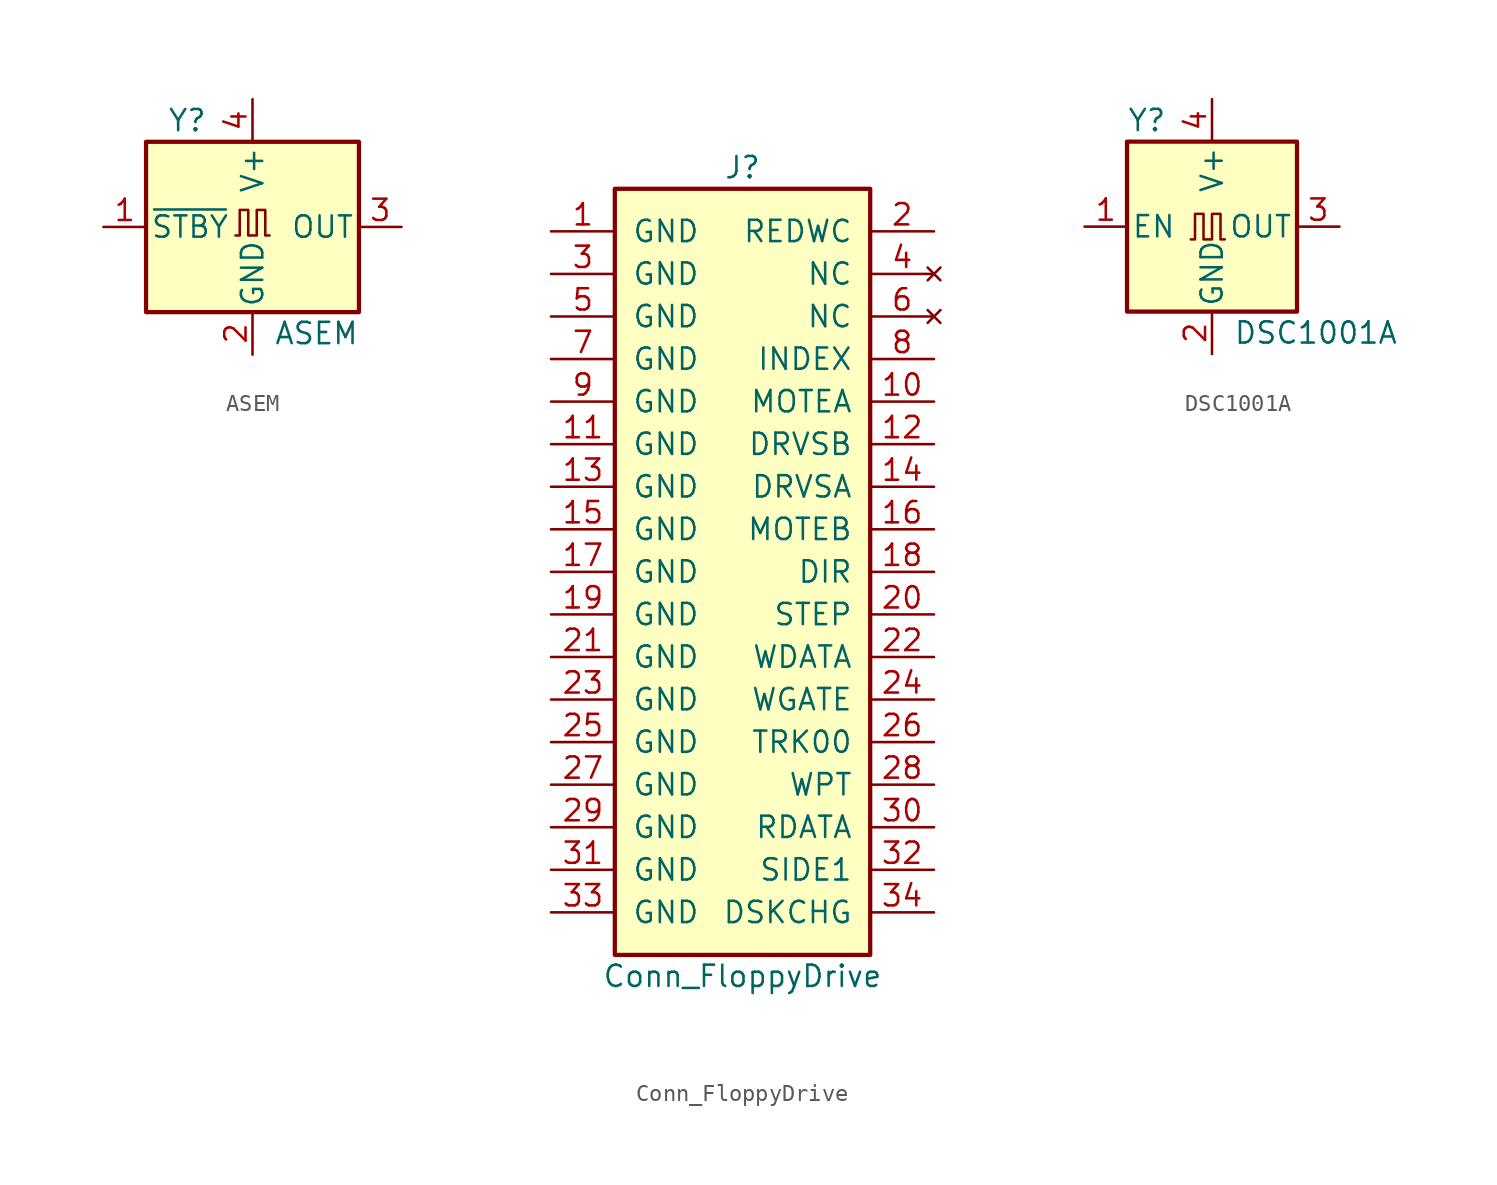
<source format=kicad_sym>
(kicad_symbol_lib
  (version 20211014)
  (generator kicad_symbol_editor)
  (symbol "ASEM"
    (pin_names
      (offset 0.254))
    (property "Reference" "Y"
      (at -5.08 6.35 0)
      (effects (font (size 1.27 1.27)) (justify left)))
    (property "Value" "ASEM"
      (at 1.27 -6.35 0)
      (effects (font (size 1.27 1.27)) (justify left)))
    (symbol "ASEM_0_1"
      (rectangle (start -6.35 5.08) (end 6.35 -5.08) (stroke (width 0.254) (type default) (color 0 0 0 0)) (fill (type background)))
      (polyline (pts (xy -1.016 -0.508) (xy -0.762 -0.508) (xy -0.762 1.016) (xy -0.254 1.016) (xy -0.254 -0.508) (xy 0.254 -0.508) (xy 0.254 1.016) (xy 0.762 1.016) (xy 0.762 -0.508) (xy 1.016 -0.508)) (stroke (width 0) (type default) (color 0 0 0 0)) (fill (type none))))
    (symbol "ASEM_1_1"
      (pin input line (at -8.89 0 0) (length 2.54) (name "~{STBY}" (effects (font (size 1.27 1.27)))) (number "1" (effects (font (size 1.27 1.27)))))
      (pin power_in line (at 0 -7.62 90) (length 2.54) (name "GND" (effects (font (size 1.27 1.27)))) (number "2" (effects (font (size 1.27 1.27)))))
      (pin output line (at 8.89 0 180) (length 2.54) (name "OUT" (effects (font (size 1.27 1.27)))) (number "3" (effects (font (size 1.27 1.27)))))
      (pin power_in line (at 0 7.62 270) (length 2.54) (name "V+" (effects (font (size 1.27 1.27)))) (number "4" (effects (font (size 1.27 1.27)))))))
  (symbol "Conn_FloppyDrive"
    (pin_names
      (offset 1.016))
    (property "Reference" "J"
      (at 1.27 24.13 0)
      (effects (font (size 1.27 1.27))))
    (property "Value" "Conn_FloppyDrive"
      (at 1.27 -24.13 0)
      (effects (font (size 1.27 1.27))))
    (symbol "Conn_FloppyDrive_1_1"
      (rectangle (start -6.35 22.86) (end 8.89 -22.86) (stroke (width 0.254) (type default) (color 0 0 0 0)) (fill (type background)))
      (pin passive line (at -10.16 20.32 0) (length 3.81) (name "GND" (effects (font (size 1.27 1.27)))) (number "1" (effects (font (size 1.27 1.27)))))
      (pin passive line (at 12.7 10.16 180) (length 3.81) (name "MOTEA" (effects (font (size 1.27 1.27)))) (number "10" (effects (font (size 1.27 1.27)))))
      (pin passive line (at -10.16 7.62 0) (length 3.81) (name "GND" (effects (font (size 1.27 1.27)))) (number "11" (effects (font (size 1.27 1.27)))))
      (pin passive line (at 12.7 7.62 180) (length 3.81) (name "DRVSB" (effects (font (size 1.27 1.27)))) (number "12" (effects (font (size 1.27 1.27)))))
      (pin passive line (at -10.16 5.08 0) (length 3.81) (name "GND" (effects (font (size 1.27 1.27)))) (number "13" (effects (font (size 1.27 1.27)))))
      (pin passive line (at 12.7 5.08 180) (length 3.81) (name "DRVSA" (effects (font (size 1.27 1.27)))) (number "14" (effects (font (size 1.27 1.27)))))
      (pin passive line (at -10.16 2.54 0) (length 3.81) (name "GND" (effects (font (size 1.27 1.27)))) (number "15" (effects (font (size 1.27 1.27)))))
      (pin passive line (at 12.7 2.54 180) (length 3.81) (name "MOTEB" (effects (font (size 1.27 1.27)))) (number "16" (effects (font (size 1.27 1.27)))))
      (pin passive line (at -10.16 0 0) (length 3.81) (name "GND" (effects (font (size 1.27 1.27)))) (number "17" (effects (font (size 1.27 1.27)))))
      (pin passive line (at 12.7 0 180) (length 3.81) (name "DIR" (effects (font (size 1.27 1.27)))) (number "18" (effects (font (size 1.27 1.27)))))
      (pin passive line (at -10.16 -2.54 0) (length 3.81) (name "GND" (effects (font (size 1.27 1.27)))) (number "19" (effects (font (size 1.27 1.27)))))
      (pin passive line (at 12.7 20.32 180) (length 3.81) (name "REDWC" (effects (font (size 1.27 1.27)))) (number "2" (effects (font (size 1.27 1.27)))))
      (pin passive line (at 12.7 -2.54 180) (length 3.81) (name "STEP" (effects (font (size 1.27 1.27)))) (number "20" (effects (font (size 1.27 1.27)))))
      (pin passive line (at -10.16 -5.08 0) (length 3.81) (name "GND" (effects (font (size 1.27 1.27)))) (number "21" (effects (font (size 1.27 1.27)))))
      (pin passive line (at 12.7 -5.08 180) (length 3.81) (name "WDATA" (effects (font (size 1.27 1.27)))) (number "22" (effects (font (size 1.27 1.27)))))
      (pin passive line (at -10.16 -7.62 0) (length 3.81) (name "GND" (effects (font (size 1.27 1.27)))) (number "23" (effects (font (size 1.27 1.27)))))
      (pin passive line (at 12.7 -7.62 180) (length 3.81) (name "WGATE" (effects (font (size 1.27 1.27)))) (number "24" (effects (font (size 1.27 1.27)))))
      (pin passive line (at -10.16 -10.16 0) (length 3.81) (name "GND" (effects (font (size 1.27 1.27)))) (number "25" (effects (font (size 1.27 1.27)))))
      (pin passive line (at 12.7 -10.16 180) (length 3.81) (name "TRK00" (effects (font (size 1.27 1.27)))) (number "26" (effects (font (size 1.27 1.27)))))
      (pin passive line (at -10.16 -12.7 0) (length 3.81) (name "GND" (effects (font (size 1.27 1.27)))) (number "27" (effects (font (size 1.27 1.27)))))
      (pin passive line (at 12.7 -12.7 180) (length 3.81) (name "WPT" (effects (font (size 1.27 1.27)))) (number "28" (effects (font (size 1.27 1.27)))))
      (pin passive line (at -10.16 -15.24 0) (length 3.81) (name "GND" (effects (font (size 1.27 1.27)))) (number "29" (effects (font (size 1.27 1.27)))))
      (pin passive line (at -10.16 17.78 0) (length 3.81) (name "GND" (effects (font (size 1.27 1.27)))) (number "3" (effects (font (size 1.27 1.27)))))
      (pin passive line (at 12.7 -15.24 180) (length 3.81) (name "RDATA" (effects (font (size 1.27 1.27)))) (number "30" (effects (font (size 1.27 1.27)))))
      (pin passive line (at -10.16 -17.78 0) (length 3.81) (name "GND" (effects (font (size 1.27 1.27)))) (number "31" (effects (font (size 1.27 1.27)))))
      (pin passive line (at 12.7 -17.78 180) (length 3.81) (name "SIDE1" (effects (font (size 1.27 1.27)))) (number "32" (effects (font (size 1.27 1.27)))))
      (pin passive line (at -10.16 -20.32 0) (length 3.81) (name "GND" (effects (font (size 1.27 1.27)))) (number "33" (effects (font (size 1.27 1.27)))))
      (pin passive line (at 12.7 -20.32 180) (length 3.81) (name "DSKCHG" (effects (font (size 1.27 1.27)))) (number "34" (effects (font (size 1.27 1.27)))))
      (pin no_connect line (at 12.7 17.78 180) (length 3.81) (name "NC" (effects (font (size 1.27 1.27)))) (number "4" (effects (font (size 1.27 1.27)))))
      (pin passive line (at -10.16 15.24 0) (length 3.81) (name "GND" (effects (font (size 1.27 1.27)))) (number "5" (effects (font (size 1.27 1.27)))))
      (pin no_connect line (at 12.7 15.24 180) (length 3.81) (name "NC" (effects (font (size 1.27 1.27)))) (number "6" (effects (font (size 1.27 1.27)))))
      (pin passive line (at -10.16 12.7 0) (length 3.81) (name "GND" (effects (font (size 1.27 1.27)))) (number "7" (effects (font (size 1.27 1.27)))))
      (pin passive line (at 12.7 12.7 180) (length 3.81) (name "INDEX" (effects (font (size 1.27 1.27)))) (number "8" (effects (font (size 1.27 1.27)))))
      (pin passive line (at -10.16 10.16 0) (length 3.81) (name "GND" (effects (font (size 1.27 1.27)))) (number "9" (effects (font (size 1.27 1.27)))))))
  (symbol "DSC1001A"
    (pin_names
      (offset 0.254))
    (property "Reference" "Y"
      (at -5.08 6.35 0)
      (effects (font (size 1.27 1.27)) (justify left)))
    (property "Value" "DSC1001A"
      (at 1.27 -6.35 0)
      (effects (font (size 1.27 1.27)) (justify left)))
    (symbol "DSC1001A_0_1"
      (rectangle (start -5.08 5.08) (end 5.08 -5.08) (stroke (width 0.254) (type default) (color 0 0 0 0)) (fill (type background)))
      (polyline (pts (xy -1.27 -0.762) (xy -1.016 -0.762) (xy -1.016 0.762) (xy -0.508 0.762) (xy -0.508 -0.762) (xy 0 -0.762) (xy 0 0.762) (xy 0.508 0.762) (xy 0.508 -0.762) (xy 0.762 -0.762)) (stroke (width 0) (type default) (color 0 0 0 0)) (fill (type none))))
    (symbol "DSC1001A_1_1"
      (pin input line (at -7.62 0 0) (length 2.54) (name "EN" (effects (font (size 1.27 1.27)))) (number "1" (effects (font (size 1.27 1.27)))))
      (pin power_in line (at 0 -7.62 90) (length 2.54) (name "GND" (effects (font (size 1.27 1.27)))) (number "2" (effects (font (size 1.27 1.27)))))
      (pin output line (at 7.62 0 180) (length 2.54) (name "OUT" (effects (font (size 1.27 1.27)))) (number "3" (effects (font (size 1.27 1.27)))))
      (pin power_in line (at 0 7.62 270) (length 2.54) (name "V+" (effects (font (size 1.27 1.27)))) (number "4" (effects (font (size 1.27 1.27))))))))
</source>
